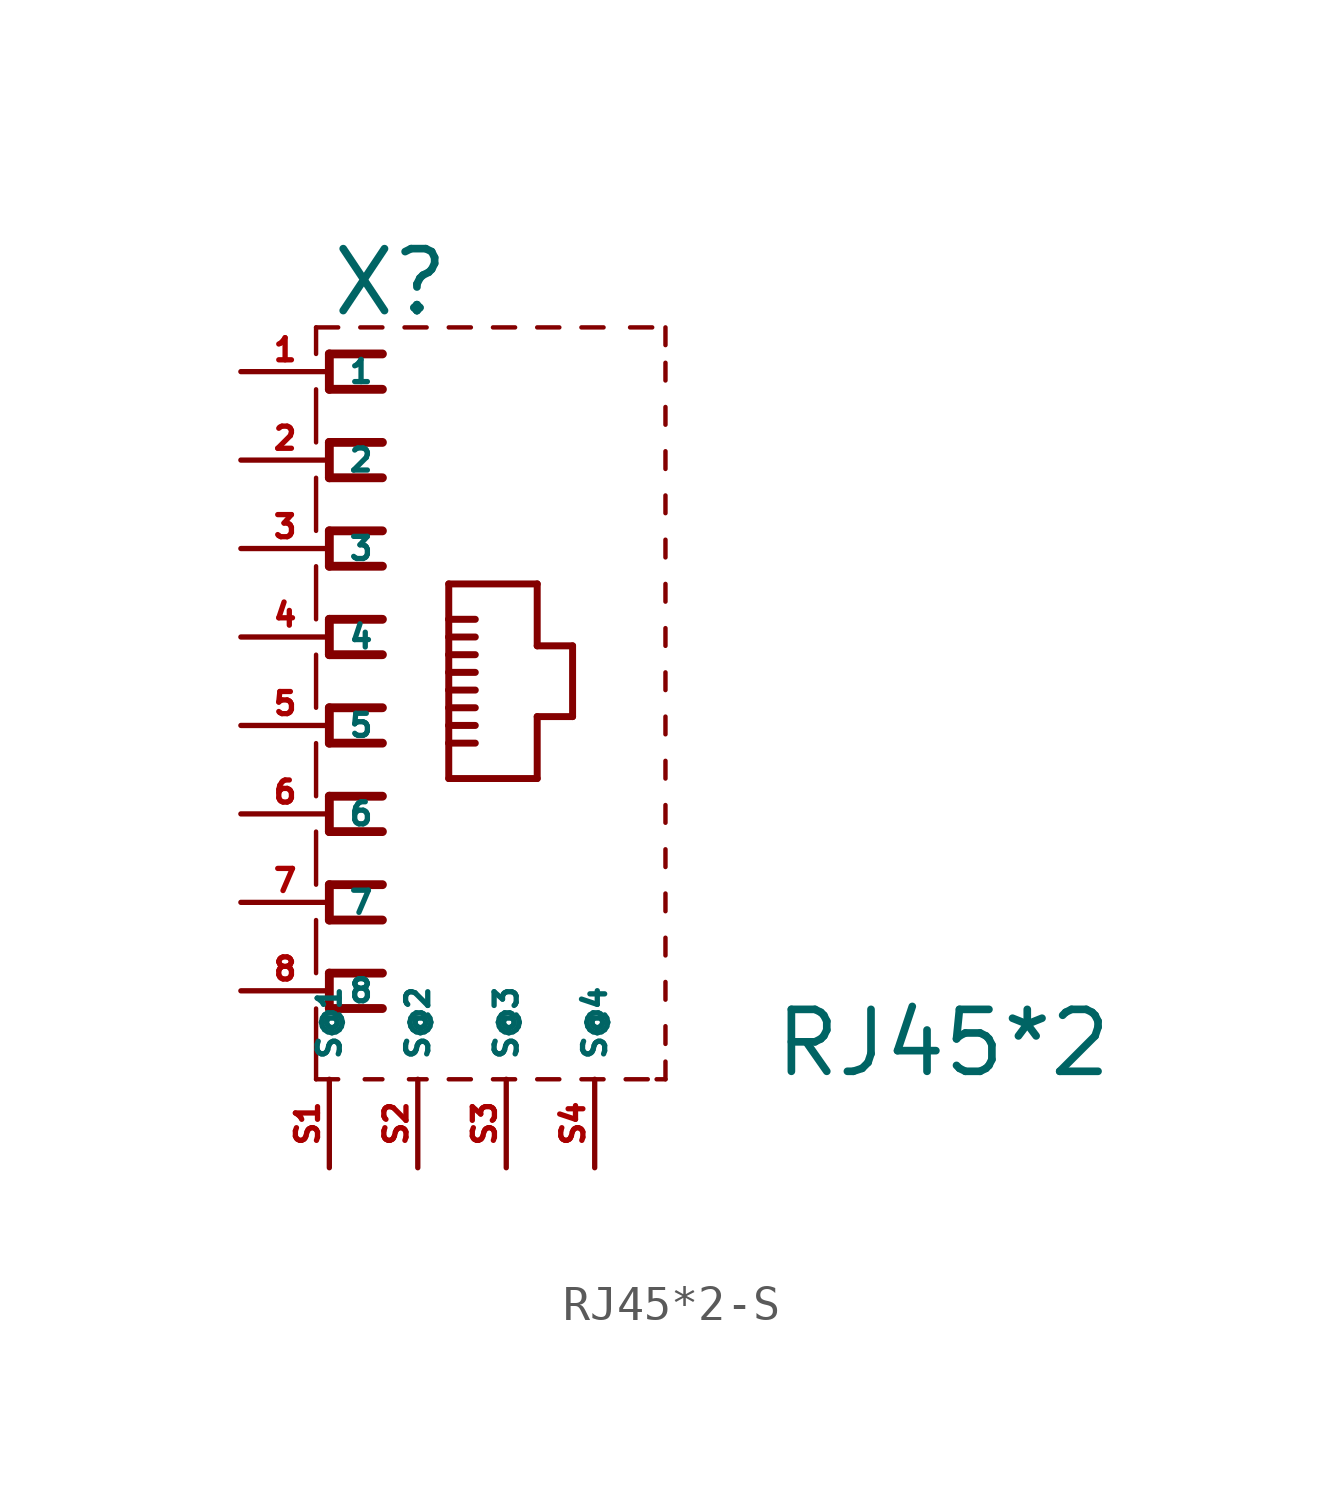
<source format=kicad_sym>
(kicad_symbol_lib
  (version 20220914)
  (generator Eagle2Kicad)
  (symbol "RJ45*2-S"
    (property "Reference" "X"
      (at -5.08 11.684 0)
      (effects (font (size 1.778 1.778) (thickness 0.22)) (justify left bottom)))
    (property "Value" "RJ45*2"
      (at 7.62 -10.16 0)
      (effects (font (size 1.778 1.778) (thickness 0.22)) (justify left bottom)))
    (polyline
      (pts (xy -5.461 -10.16) (xy -4.826 -10.16))
      (stroke (width 0.127) (type default))
      (fill (type none)))
    (polyline
      (pts (xy -4.064 -10.16) (xy -3.556 -10.16))
      (stroke (width 0.127) (type default))
      (fill (type none)))
    (polyline
      (pts (xy -2.794 -10.16) (xy -2.286 -10.16))
      (stroke (width 0.127) (type default))
      (fill (type none)))
    (polyline
      (pts (xy 4.318 -10.16) (xy 4.572 -10.16))
      (stroke (width 0.127) (type default))
      (fill (type none)))
    (polyline
      (pts (xy 4.572 -10.16) (xy 4.572 -9.652))
      (stroke (width 0.127) (type default))
      (fill (type none)))
    (polyline
      (pts (xy 4.572 9.906) (xy 4.572 10.414))
      (stroke (width 0.127) (type default))
      (fill (type none)))
    (polyline
      (pts (xy 4.572 10.922) (xy 4.572 11.43))
      (stroke (width 0.127) (type default))
      (fill (type none)))
    (polyline
      (pts (xy -4.826 11.43) (xy -5.461 11.43))
      (stroke (width 0.127) (type default))
      (fill (type none)))
    (polyline
      (pts (xy -5.461 11.43) (xy -5.461 10.668))
      (stroke (width 0.127) (type default))
      (fill (type none)))
    (polyline
      (pts (xy -5.461 9.652) (xy -5.461 8.128))
      (stroke (width 0.127) (type default))
      (fill (type none)))
    (polyline
      (pts (xy -5.461 7.112) (xy -5.461 5.588))
      (stroke (width 0.127) (type default))
      (fill (type none)))
    (polyline
      (pts (xy -5.461 4.572) (xy -5.461 3.048))
      (stroke (width 0.127) (type default))
      (fill (type none)))
    (polyline
      (pts (xy -5.461 2.032) (xy -5.461 0.508))
      (stroke (width 0.127) (type default))
      (fill (type none)))
    (polyline
      (pts (xy -5.461 -0.508) (xy -5.461 -2.032))
      (stroke (width 0.127) (type default))
      (fill (type none)))
    (polyline
      (pts (xy -5.461 -8.128) (xy -5.461 -10.16))
      (stroke (width 0.127) (type default))
      (fill (type none)))
    (polyline
      (pts (xy 4.572 8.636) (xy 4.572 9.144))
      (stroke (width 0.127) (type default))
      (fill (type none)))
    (polyline
      (pts (xy 4.572 7.366) (xy 4.572 7.874))
      (stroke (width 0.127) (type default))
      (fill (type none)))
    (polyline
      (pts (xy 4.572 6.096) (xy 4.572 6.604))
      (stroke (width 0.127) (type default))
      (fill (type none)))
    (polyline
      (pts (xy 4.572 4.826) (xy 4.572 5.334))
      (stroke (width 0.127) (type default))
      (fill (type none)))
    (polyline
      (pts (xy 4.572 3.556) (xy 4.572 4.064))
      (stroke (width 0.127) (type default))
      (fill (type none)))
    (polyline
      (pts (xy 4.572 2.286) (xy 4.572 2.794))
      (stroke (width 0.127) (type default))
      (fill (type none)))
    (polyline
      (pts (xy 4.572 1.016) (xy 4.572 1.524))
      (stroke (width 0.127) (type default))
      (fill (type none)))
    (polyline
      (pts (xy 4.572 -0.254) (xy 4.572 0.254))
      (stroke (width 0.127) (type default))
      (fill (type none)))
    (polyline
      (pts (xy 4.572 -1.524) (xy 4.572 -1.016))
      (stroke (width 0.127) (type default))
      (fill (type none)))
    (polyline
      (pts (xy -1.016 -10.16) (xy -1.651 -10.16))
      (stroke (width 0.127) (type default))
      (fill (type none)))
    (polyline
      (pts (xy 0.254 -10.16) (xy -0.381 -10.16))
      (stroke (width 0.127) (type default))
      (fill (type none)))
    (polyline
      (pts (xy 1.524 -10.16) (xy 0.889 -10.16))
      (stroke (width 0.127) (type default))
      (fill (type none)))
    (polyline
      (pts (xy 2.794 -10.16) (xy 2.159 -10.16))
      (stroke (width 0.127) (type default))
      (fill (type none)))
    (polyline
      (pts (xy 4.064 -10.16) (xy 3.429 -10.16))
      (stroke (width 0.127) (type default))
      (fill (type none)))
    (polyline
      (pts (xy -3.556 11.43) (xy -4.191 11.43))
      (stroke (width 0.127) (type default))
      (fill (type none)))
    (polyline
      (pts (xy -2.286 11.43) (xy -2.921 11.43))
      (stroke (width 0.127) (type default))
      (fill (type none)))
    (polyline
      (pts (xy -1.016 11.43) (xy -1.651 11.43))
      (stroke (width 0.127) (type default))
      (fill (type none)))
    (polyline
      (pts (xy 0.254 11.43) (xy -0.381 11.43))
      (stroke (width 0.127) (type default))
      (fill (type none)))
    (polyline
      (pts (xy 1.524 11.43) (xy 0.889 11.43))
      (stroke (width 0.127) (type default))
      (fill (type none)))
    (polyline
      (pts (xy 2.794 11.43) (xy 2.159 11.43))
      (stroke (width 0.127) (type default))
      (fill (type none)))
    (polyline
      (pts (xy 3.556 11.43) (xy 4.191 11.43))
      (stroke (width 0.127) (type default))
      (fill (type none)))
    (polyline
      (pts (xy -3.556 10.668) (xy -5.08 10.668))
      (stroke (width 0.254) (type default))
      (fill (type none)))
    (polyline
      (pts (xy -5.08 10.668) (xy -5.08 9.652))
      (stroke (width 0.254) (type default))
      (fill (type none)))
    (polyline
      (pts (xy -5.08 9.652) (xy -3.556 9.652))
      (stroke (width 0.254) (type default))
      (fill (type none)))
    (polyline
      (pts (xy -3.556 8.128) (xy -5.08 8.128))
      (stroke (width 0.254) (type default))
      (fill (type none)))
    (polyline
      (pts (xy -5.08 8.128) (xy -5.08 7.112))
      (stroke (width 0.254) (type default))
      (fill (type none)))
    (polyline
      (pts (xy -5.08 7.112) (xy -3.556 7.112))
      (stroke (width 0.254) (type default))
      (fill (type none)))
    (polyline
      (pts (xy -3.556 5.588) (xy -5.08 5.588))
      (stroke (width 0.254) (type default))
      (fill (type none)))
    (polyline
      (pts (xy -5.08 5.588) (xy -5.08 4.572))
      (stroke (width 0.254) (type default))
      (fill (type none)))
    (polyline
      (pts (xy -5.08 4.572) (xy -3.556 4.572))
      (stroke (width 0.254) (type default))
      (fill (type none)))
    (polyline
      (pts (xy -3.556 3.048) (xy -5.08 3.048))
      (stroke (width 0.254) (type default))
      (fill (type none)))
    (polyline
      (pts (xy -5.08 3.048) (xy -5.08 2.032))
      (stroke (width 0.254) (type default))
      (fill (type none)))
    (polyline
      (pts (xy -5.08 2.032) (xy -3.556 2.032))
      (stroke (width 0.254) (type default))
      (fill (type none)))
    (polyline
      (pts (xy -3.556 0.508) (xy -5.08 0.508))
      (stroke (width 0.254) (type default))
      (fill (type none)))
    (polyline
      (pts (xy -5.08 0.508) (xy -5.08 -0.508))
      (stroke (width 0.254) (type default))
      (fill (type none)))
    (polyline
      (pts (xy -5.08 -0.508) (xy -3.556 -0.508))
      (stroke (width 0.254) (type default))
      (fill (type none)))
    (polyline
      (pts (xy -3.556 -2.032) (xy -5.08 -2.032))
      (stroke (width 0.254) (type default))
      (fill (type none)))
    (polyline
      (pts (xy -5.08 -2.032) (xy -5.08 -3.048))
      (stroke (width 0.254) (type default))
      (fill (type none)))
    (polyline
      (pts (xy -5.08 -3.048) (xy -3.556 -3.048))
      (stroke (width 0.254) (type default))
      (fill (type none)))
    (polyline
      (pts (xy -1.651 -1.524) (xy 0.889 -1.524))
      (stroke (width 0.2) (type default))
      (fill (type none)))
    (polyline
      (pts (xy 0.889 -1.524) (xy 0.889 0.254))
      (stroke (width 0.2) (type default))
      (fill (type none)))
    (polyline
      (pts (xy 0.889 0.254) (xy 1.905 0.254))
      (stroke (width 0.2) (type default))
      (fill (type none)))
    (polyline
      (pts (xy 1.905 0.254) (xy 1.905 2.286))
      (stroke (width 0.2) (type default))
      (fill (type none)))
    (polyline
      (pts (xy 1.905 2.286) (xy 0.889 2.286))
      (stroke (width 0.2) (type default))
      (fill (type none)))
    (polyline
      (pts (xy 0.889 2.286) (xy 0.889 4.064))
      (stroke (width 0.2) (type default))
      (fill (type none)))
    (polyline
      (pts (xy 0.889 4.064) (xy -1.651 4.064))
      (stroke (width 0.2) (type default))
      (fill (type none)))
    (polyline
      (pts (xy -1.651 4.064) (xy -1.651 3.048))
      (stroke (width 0.2) (type default))
      (fill (type none)))
    (polyline
      (pts (xy -1.651 3.048) (xy -1.651 2.54))
      (stroke (width 0.2) (type default))
      (fill (type none)))
    (polyline
      (pts (xy -1.651 2.54) (xy -1.651 2.032))
      (stroke (width 0.2) (type default))
      (fill (type none)))
    (polyline
      (pts (xy -1.651 2.032) (xy -1.651 1.524))
      (stroke (width 0.2) (type default))
      (fill (type none)))
    (polyline
      (pts (xy -1.651 1.524) (xy -1.651 1.016))
      (stroke (width 0.2) (type default))
      (fill (type none)))
    (polyline
      (pts (xy -1.651 1.016) (xy -1.651 0.508))
      (stroke (width 0.2) (type default))
      (fill (type none)))
    (polyline
      (pts (xy -1.651 0.508) (xy -1.651 0))
      (stroke (width 0.2) (type default))
      (fill (type none)))
    (polyline
      (pts (xy -1.651 0) (xy -1.651 -0.508))
      (stroke (width 0.2) (type default))
      (fill (type none)))
    (polyline
      (pts (xy -1.651 -0.508) (xy -1.651 -1.524))
      (stroke (width 0.2) (type default))
      (fill (type none)))
    (polyline
      (pts (xy -1.651 3.048) (xy -0.889 3.048))
      (stroke (width 0.2) (type default))
      (fill (type none)))
    (polyline
      (pts (xy -1.651 2.54) (xy -0.889 2.54))
      (stroke (width 0.2) (type default))
      (fill (type none)))
    (polyline
      (pts (xy -1.651 2.032) (xy -0.889 2.032))
      (stroke (width 0.2) (type default))
      (fill (type none)))
    (polyline
      (pts (xy -1.651 1.524) (xy -0.889 1.524))
      (stroke (width 0.2) (type default))
      (fill (type none)))
    (polyline
      (pts (xy -1.651 1.016) (xy -0.889 1.016))
      (stroke (width 0.2) (type default))
      (fill (type none)))
    (polyline
      (pts (xy -1.651 0.508) (xy -0.889 0.508))
      (stroke (width 0.2) (type default))
      (fill (type none)))
    (polyline
      (pts (xy -3.556 -4.572) (xy -5.08 -4.572))
      (stroke (width 0.254) (type default))
      (fill (type none)))
    (polyline
      (pts (xy -5.08 -4.572) (xy -5.08 -5.588))
      (stroke (width 0.254) (type default))
      (fill (type none)))
    (polyline
      (pts (xy -5.08 -5.588) (xy -3.556 -5.588))
      (stroke (width 0.254) (type default))
      (fill (type none)))
    (polyline
      (pts (xy -3.556 -7.112) (xy -5.08 -7.112))
      (stroke (width 0.254) (type default))
      (fill (type none)))
    (polyline
      (pts (xy -5.08 -7.112) (xy -5.08 -8.128))
      (stroke (width 0.254) (type default))
      (fill (type none)))
    (polyline
      (pts (xy -5.08 -8.128) (xy -3.556 -8.128))
      (stroke (width 0.254) (type default))
      (fill (type none)))
    (polyline
      (pts (xy -1.651 0) (xy -0.889 0))
      (stroke (width 0.2) (type default))
      (fill (type none)))
    (polyline
      (pts (xy -1.651 -0.508) (xy -0.889 -0.508))
      (stroke (width 0.2) (type default))
      (fill (type none)))
    (polyline
      (pts (xy -5.461 -3.048) (xy -5.461 -4.572))
      (stroke (width 0.127) (type default))
      (fill (type none)))
    (polyline
      (pts (xy -5.461 -5.588) (xy -5.461 -7.112))
      (stroke (width 0.127) (type default))
      (fill (type none)))
    (polyline
      (pts (xy 4.572 -2.794) (xy 4.572 -2.286))
      (stroke (width 0.127) (type default))
      (fill (type none)))
    (polyline
      (pts (xy 4.572 -4.064) (xy 4.572 -3.556))
      (stroke (width 0.127) (type default))
      (fill (type none)))
    (polyline
      (pts (xy 4.572 -5.334) (xy 4.572 -4.826))
      (stroke (width 0.127) (type default))
      (fill (type none)))
    (polyline
      (pts (xy 4.572 -6.604) (xy 4.572 -6.096))
      (stroke (width 0.127) (type default))
      (fill (type none)))
    (polyline
      (pts (xy 4.572 -7.874) (xy 4.572 -7.366))
      (stroke (width 0.127) (type default))
      (fill (type none)))
    (polyline
      (pts (xy 4.572 -9.144) (xy 4.572 -8.636))
      (stroke (width 0.127) (type default))
      (fill (type none)))
    (pin passive line
      (at -2.54 -12.7 90)
      (length 2.54)
      (name "S@2" (effects (font (size 0.635 0.635) (thickness 0.08)) (justify left bottom)))
      (number "S2" (effects (font (size 0.635 0.635) (thickness 0.08)) (justify left bottom))))
    (pin passive line
      (at -5.08 -12.7 90)
      (length 2.54)
      (name "S@1" (effects (font (size 0.635 0.635) (thickness 0.08)) (justify left bottom)))
      (number "S1" (effects (font (size 0.635 0.635) (thickness 0.08)) (justify left bottom))))
    (pin passive line
      (at 0 -12.7 90)
      (length 2.54)
      (name "S@3" (effects (font (size 0.635 0.635) (thickness 0.08)) (justify left bottom)))
      (number "S3" (effects (font (size 0.635 0.635) (thickness 0.08)) (justify left bottom))))
    (pin passive line
      (at 2.54 -12.7 90)
      (length 2.54)
      (name "S@4" (effects (font (size 0.635 0.635) (thickness 0.08)) (justify left bottom)))
      (number "S4" (effects (font (size 0.635 0.635) (thickness 0.08)) (justify left bottom))))
    (pin passive line
      (at -7.62 10.16 0)
      (length 2.54)
      (name "1" (effects (font (size 0.635 0.635) (thickness 0.08)) (justify left bottom)))
      (number "1" (effects (font (size 0.635 0.635) (thickness 0.08)) (justify left bottom))))
    (pin passive line
      (at -7.62 7.62 0)
      (length 2.54)
      (name "2" (effects (font (size 0.635 0.635) (thickness 0.08)) (justify left bottom)))
      (number "2" (effects (font (size 0.635 0.635) (thickness 0.08)) (justify left bottom))))
    (pin passive line
      (at -7.62 5.08 0)
      (length 2.54)
      (name "3" (effects (font (size 0.635 0.635) (thickness 0.08)) (justify left bottom)))
      (number "3" (effects (font (size 0.635 0.635) (thickness 0.08)) (justify left bottom))))
    (pin passive line
      (at -7.62 2.54 0)
      (length 2.54)
      (name "4" (effects (font (size 0.635 0.635) (thickness 0.08)) (justify left bottom)))
      (number "4" (effects (font (size 0.635 0.635) (thickness 0.08)) (justify left bottom))))
    (pin passive line
      (at -7.62 0 0)
      (length 2.54)
      (name "5" (effects (font (size 0.635 0.635) (thickness 0.08)) (justify left bottom)))
      (number "5" (effects (font (size 0.635 0.635) (thickness 0.08)) (justify left bottom))))
    (pin passive line
      (at -7.62 -2.54 0)
      (length 2.54)
      (name "6" (effects (font (size 0.635 0.635) (thickness 0.08)) (justify left bottom)))
      (number "6" (effects (font (size 0.635 0.635) (thickness 0.08)) (justify left bottom))))
    (pin passive line
      (at -7.62 -5.08 0)
      (length 2.54)
      (name "7" (effects (font (size 0.635 0.635) (thickness 0.08)) (justify left bottom)))
      (number "7" (effects (font (size 0.635 0.635) (thickness 0.08)) (justify left bottom))))
    (pin passive line
      (at -7.62 -7.62 0)
      (length 2.54)
      (name "8" (effects (font (size 0.635 0.635) (thickness 0.08)) (justify left bottom)))
      (number "8" (effects (font (size 0.635 0.635) (thickness 0.08)) (justify left bottom))))))
</source>
